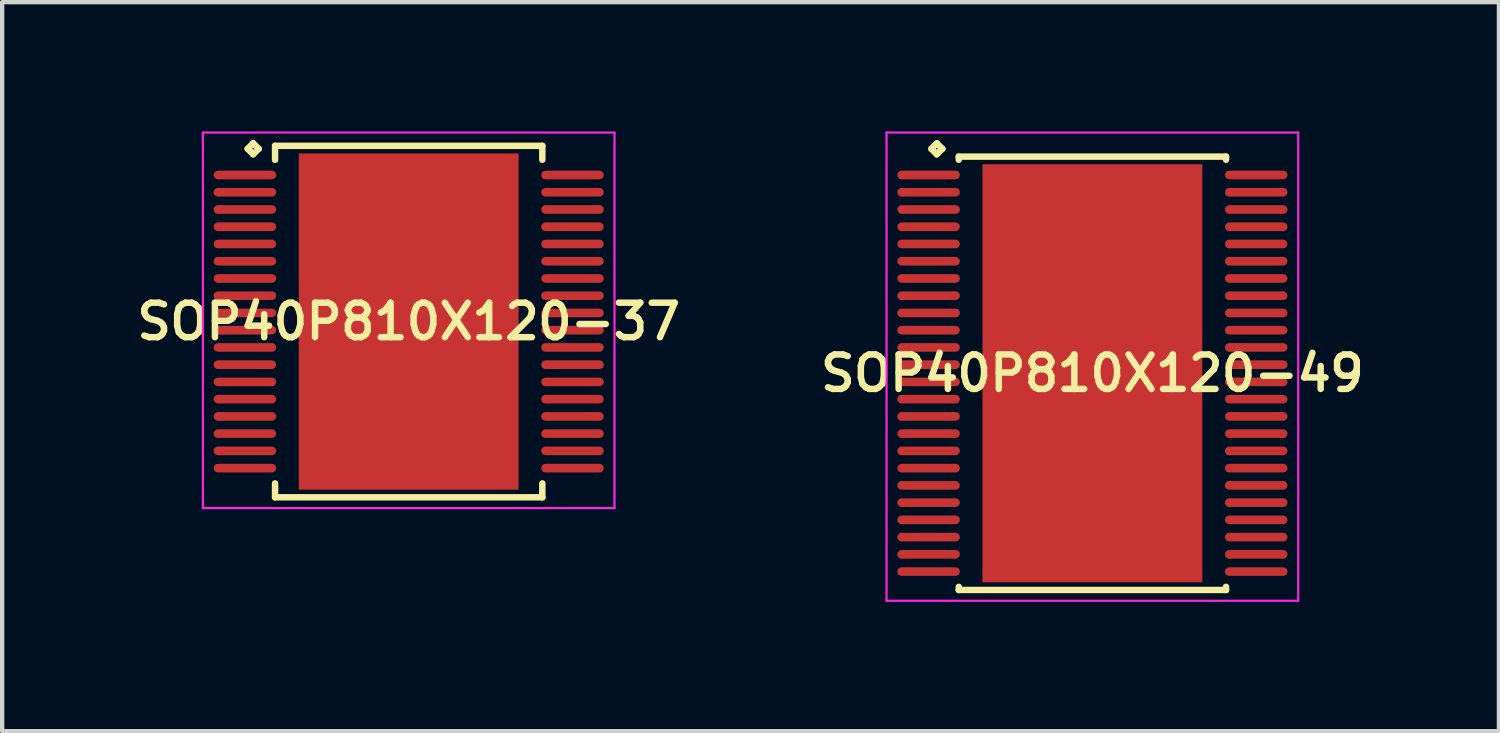
<source format=kicad_pcb>
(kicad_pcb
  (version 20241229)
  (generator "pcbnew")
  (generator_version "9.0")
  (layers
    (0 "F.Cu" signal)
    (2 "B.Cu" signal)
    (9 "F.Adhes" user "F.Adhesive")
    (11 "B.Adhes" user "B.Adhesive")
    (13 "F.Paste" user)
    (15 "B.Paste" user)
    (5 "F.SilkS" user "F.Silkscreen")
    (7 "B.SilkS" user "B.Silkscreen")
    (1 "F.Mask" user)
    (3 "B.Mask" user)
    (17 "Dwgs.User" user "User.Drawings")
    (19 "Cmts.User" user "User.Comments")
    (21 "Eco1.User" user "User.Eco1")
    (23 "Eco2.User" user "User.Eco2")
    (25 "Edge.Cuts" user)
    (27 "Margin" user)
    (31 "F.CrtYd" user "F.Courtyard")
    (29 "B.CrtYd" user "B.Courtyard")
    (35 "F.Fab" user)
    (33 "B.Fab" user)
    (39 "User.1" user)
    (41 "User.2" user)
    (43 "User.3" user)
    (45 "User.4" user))
  (footprint "SOP40P810X120-37"
    (layer "F.Cu")
    (at 6.431 4.41)
    (property "Reference" "SOP40P810X120-37" (at 0 0 0) (layer "F.SilkS") (effects (font (size 0.8 0.8) (thickness 0.15))))
    (attr smd)
    (fp_line (start -3.735 -4.008) (end -3.608 -4.135) (stroke (width 0.15) (type solid)) (layer "F.SilkS"))
    (fp_line (start -3.608 -4.135) (end -3.481 -4.008) (stroke (width 0.15) (type solid)) (layer "F.SilkS"))
    (fp_line (start -3.608 -3.881) (end -3.735 -4.008) (stroke (width 0.15) (type solid)) (layer "F.SilkS"))
    (fp_line (start -3.481 -4.008) (end -3.608 -3.881) (stroke (width 0.15) (type solid)) (layer "F.SilkS"))
    (fp_line (start -3.1 -4.077) (end 3.1 -4.077) (stroke (width 0.15) (type solid)) (layer "F.SilkS"))
    (fp_line (start -3.1 -3.754) (end -3.1 -4.077) (stroke (width 0.15) (type solid)) (layer "F.SilkS"))
    (fp_line (start -3.1 3.754) (end -3.1 4.077) (stroke (width 0.15) (type solid)) (layer "F.SilkS"))
    (fp_line (start -3.1 4.077) (end 3.1 4.077) (stroke (width 0.15) (type solid)) (layer "F.SilkS"))
    (fp_line (start 3.1 -4.077) (end 3.1 -3.754) (stroke (width 0.15) (type solid)) (layer "F.SilkS"))
    (fp_line (start 3.1 4.077) (end 3.1 3.754) (stroke (width 0.15) (type solid)) (layer "F.SilkS"))
    (fp_line (start -4.775 -4.385) (end 4.775 -4.385) (stroke (width 0.05) (type solid)) (layer "F.CrtYd"))
    (fp_line (start -4.775 4.327) (end -4.775 -4.385) (stroke (width 0.05) (type solid)) (layer "F.CrtYd"))
    (fp_line (start 4.775 -4.385) (end 4.775 4.327) (stroke (width 0.05) (type solid)) (layer "F.CrtYd"))
    (fp_line (start 4.775 4.327) (end -4.775 4.327) (stroke (width 0.05) (type solid)) (layer "F.CrtYd"))
    (pad "1" smd oval (at -3.8 -3.4) (size 1.45 0.2) (layers "F.Cu" "F.Mask" "F.Paste"))
    (pad "2" smd oval (at -3.8 -3) (size 1.45 0.2) (layers "F.Cu" "F.Mask" "F.Paste"))
    (pad "3" smd oval (at -3.8 -2.6) (size 1.45 0.2) (layers "F.Cu" "F.Mask" "F.Paste"))
    (pad "4" smd oval (at -3.8 -2.2) (size 1.45 0.2) (layers "F.Cu" "F.Mask" "F.Paste"))
    (pad "5" smd oval (at -3.8 -1.8) (size 1.45 0.2) (layers "F.Cu" "F.Mask" "F.Paste"))
    (pad "6" smd oval (at -3.8 -1.4) (size 1.45 0.2) (layers "F.Cu" "F.Mask" "F.Paste"))
    (pad "7" smd oval (at -3.8 -1) (size 1.45 0.2) (layers "F.Cu" "F.Mask" "F.Paste"))
    (pad "8" smd oval (at -3.8 -0.6) (size 1.45 0.2) (layers "F.Cu" "F.Mask" "F.Paste"))
    (pad "9" smd oval (at -3.8 -0.2) (size 1.45 0.2) (layers "F.Cu" "F.Mask" "F.Paste"))
    (pad "10" smd oval (at -3.8 0.2) (size 1.45 0.2) (layers "F.Cu" "F.Mask" "F.Paste"))
    (pad "11" smd oval (at -3.8 0.6) (size 1.45 0.2) (layers "F.Cu" "F.Mask" "F.Paste"))
    (pad "12" smd oval (at -3.8 1) (size 1.45 0.2) (layers "F.Cu" "F.Mask" "F.Paste"))
    (pad "13" smd oval (at -3.8 1.4) (size 1.45 0.2) (layers "F.Cu" "F.Mask" "F.Paste"))
    (pad "14" smd oval (at -3.8 1.8) (size 1.45 0.2) (layers "F.Cu" "F.Mask" "F.Paste"))
    (pad "15" smd oval (at -3.8 2.2) (size 1.45 0.2) (layers "F.Cu" "F.Mask" "F.Paste"))
    (pad "16" smd oval (at -3.8 2.6) (size 1.45 0.2) (layers "F.Cu" "F.Mask" "F.Paste"))
    (pad "17" smd oval (at -3.8 3) (size 1.45 0.2) (layers "F.Cu" "F.Mask" "F.Paste"))
    (pad "18" smd oval (at -3.8 3.4) (size 1.45 0.2) (layers "F.Cu" "F.Mask" "F.Paste"))
    (pad "19" smd oval (at 3.8 3.4) (size 1.45 0.2) (layers "F.Cu" "F.Mask" "F.Paste"))
    (pad "20" smd oval (at 3.8 3) (size 1.45 0.2) (layers "F.Cu" "F.Mask" "F.Paste"))
    (pad "21" smd oval (at 3.8 2.6) (size 1.45 0.2) (layers "F.Cu" "F.Mask" "F.Paste"))
    (pad "22" smd oval (at 3.8 2.2) (size 1.45 0.2) (layers "F.Cu" "F.Mask" "F.Paste"))
    (pad "23" smd oval (at 3.8 1.8) (size 1.45 0.2) (layers "F.Cu" "F.Mask" "F.Paste"))
    (pad "24" smd oval (at 3.8 1.4) (size 1.45 0.2) (layers "F.Cu" "F.Mask" "F.Paste"))
    (pad "25" smd oval (at 3.8 1) (size 1.45 0.2) (layers "F.Cu" "F.Mask" "F.Paste"))
    (pad "26" smd oval (at 3.8 0.6) (size 1.45 0.2) (layers "F.Cu" "F.Mask" "F.Paste"))
    (pad "27" smd oval (at 3.8 0.2) (size 1.45 0.2) (layers "F.Cu" "F.Mask" "F.Paste"))
    (pad "28" smd oval (at 3.8 -0.2) (size 1.45 0.2) (layers "F.Cu" "F.Mask" "F.Paste"))
    (pad "29" smd oval (at 3.8 -0.6) (size 1.45 0.2) (layers "F.Cu" "F.Mask" "F.Paste"))
    (pad "30" smd oval (at 3.8 -1) (size 1.45 0.2) (layers "F.Cu" "F.Mask" "F.Paste"))
    (pad "31" smd oval (at 3.8 -1.4) (size 1.45 0.2) (layers "F.Cu" "F.Mask" "F.Paste"))
    (pad "32" smd oval (at 3.8 -1.8) (size 1.45 0.2) (layers "F.Cu" "F.Mask" "F.Paste"))
    (pad "33" smd oval (at 3.8 -2.2) (size 1.45 0.2) (layers "F.Cu" "F.Mask" "F.Paste"))
    (pad "34" smd oval (at 3.8 -2.6) (size 1.45 0.2) (layers "F.Cu" "F.Mask" "F.Paste"))
    (pad "35" smd oval (at 3.8 -3) (size 1.45 0.2) (layers "F.Cu" "F.Mask" "F.Paste"))
    (pad "36" smd oval (at 3.8 -3.4) (size 1.45 0.2) (layers "F.Cu" "F.Mask" "F.Paste"))
    (pad "37" smd rect (at 0 0) (size 5.1 7.8) (layers "F.Cu" "F.Mask" "F.Paste")))
  (footprint "SOP40P810X120-49"
    (layer "F.Cu")
    (at 22.292 5.61)
    (property "Reference" "SOP40P810X120-49" (at 0 0 0) (layer "F.SilkS") (effects (font (size 0.8 0.8) (thickness 0.15))))
    (attr smd)
    (fp_line (start -3.735 -5.208) (end -3.608 -5.335) (stroke (width 0.15) (type solid)) (layer "F.SilkS"))
    (fp_line (start -3.608 -5.335) (end -3.481 -5.208) (stroke (width 0.15) (type solid)) (layer "F.SilkS"))
    (fp_line (start -3.608 -5.081) (end -3.735 -5.208) (stroke (width 0.15) (type solid)) (layer "F.SilkS"))
    (fp_line (start -3.481 -5.208) (end -3.608 -5.081) (stroke (width 0.15) (type solid)) (layer "F.SilkS"))
    (fp_line (start -3.1 -5.027) (end 3.1 -5.027) (stroke (width 0.15) (type solid)) (layer "F.SilkS"))
    (fp_line (start -3.1 -4.954) (end -3.1 -5.027) (stroke (width 0.15) (type solid)) (layer "F.SilkS"))
    (fp_line (start -3.1 4.954) (end -3.1 5.027) (stroke (width 0.15) (type solid)) (layer "F.SilkS"))
    (fp_line (start -3.1 5.027) (end 3.1 5.027) (stroke (width 0.15) (type solid)) (layer "F.SilkS"))
    (fp_line (start 3.1 -5.027) (end 3.1 -4.954) (stroke (width 0.15) (type solid)) (layer "F.SilkS"))
    (fp_line (start 3.1 5.027) (end 3.1 4.954) (stroke (width 0.15) (type solid)) (layer "F.SilkS"))
    (fp_line (start -4.775 -5.585) (end 4.775 -5.585) (stroke (width 0.05) (type solid)) (layer "F.CrtYd"))
    (fp_line (start -4.775 5.277) (end -4.775 -5.585) (stroke (width 0.05) (type solid)) (layer "F.CrtYd"))
    (fp_line (start 4.775 -5.585) (end 4.775 5.277) (stroke (width 0.05) (type solid)) (layer "F.CrtYd"))
    (fp_line (start 4.775 5.277) (end -4.775 5.277) (stroke (width 0.05) (type solid)) (layer "F.CrtYd"))
    (pad "1" smd oval (at -3.8 -4.6) (size 1.45 0.2) (layers "F.Cu" "F.Mask" "F.Paste"))
    (pad "2" smd oval (at -3.8 -4.2) (size 1.45 0.2) (layers "F.Cu" "F.Mask" "F.Paste"))
    (pad "3" smd oval (at -3.8 -3.8) (size 1.45 0.2) (layers "F.Cu" "F.Mask" "F.Paste"))
    (pad "4" smd oval (at -3.8 -3.4) (size 1.45 0.2) (layers "F.Cu" "F.Mask" "F.Paste"))
    (pad "5" smd oval (at -3.8 -3) (size 1.45 0.2) (layers "F.Cu" "F.Mask" "F.Paste"))
    (pad "6" smd oval (at -3.8 -2.6) (size 1.45 0.2) (layers "F.Cu" "F.Mask" "F.Paste"))
    (pad "7" smd oval (at -3.8 -2.2) (size 1.45 0.2) (layers "F.Cu" "F.Mask" "F.Paste"))
    (pad "8" smd oval (at -3.8 -1.8) (size 1.45 0.2) (layers "F.Cu" "F.Mask" "F.Paste"))
    (pad "9" smd oval (at -3.8 -1.4) (size 1.45 0.2) (layers "F.Cu" "F.Mask" "F.Paste"))
    (pad "10" smd oval (at -3.8 -1) (size 1.45 0.2) (layers "F.Cu" "F.Mask" "F.Paste"))
    (pad "11" smd oval (at -3.8 -0.6) (size 1.45 0.2) (layers "F.Cu" "F.Mask" "F.Paste"))
    (pad "12" smd oval (at -3.8 -0.2) (size 1.45 0.2) (layers "F.Cu" "F.Mask" "F.Paste"))
    (pad "13" smd oval (at -3.8 0.2) (size 1.45 0.2) (layers "F.Cu" "F.Mask" "F.Paste"))
    (pad "14" smd oval (at -3.8 0.6) (size 1.45 0.2) (layers "F.Cu" "F.Mask" "F.Paste"))
    (pad "15" smd oval (at -3.8 1) (size 1.45 0.2) (layers "F.Cu" "F.Mask" "F.Paste"))
    (pad "16" smd oval (at -3.8 1.4) (size 1.45 0.2) (layers "F.Cu" "F.Mask" "F.Paste"))
    (pad "17" smd oval (at -3.8 1.8) (size 1.45 0.2) (layers "F.Cu" "F.Mask" "F.Paste"))
    (pad "18" smd oval (at -3.8 2.2) (size 1.45 0.2) (layers "F.Cu" "F.Mask" "F.Paste"))
    (pad "19" smd oval (at -3.8 2.6) (size 1.45 0.2) (layers "F.Cu" "F.Mask" "F.Paste"))
    (pad "20" smd oval (at -3.8 3) (size 1.45 0.2) (layers "F.Cu" "F.Mask" "F.Paste"))
    (pad "21" smd oval (at -3.8 3.4) (size 1.45 0.2) (layers "F.Cu" "F.Mask" "F.Paste"))
    (pad "22" smd oval (at -3.8 3.8) (size 1.45 0.2) (layers "F.Cu" "F.Mask" "F.Paste"))
    (pad "23" smd oval (at -3.8 4.2) (size 1.45 0.2) (layers "F.Cu" "F.Mask" "F.Paste"))
    (pad "24" smd oval (at -3.8 4.6) (size 1.45 0.2) (layers "F.Cu" "F.Mask" "F.Paste"))
    (pad "25" smd oval (at 3.8 4.6) (size 1.45 0.2) (layers "F.Cu" "F.Mask" "F.Paste"))
    (pad "26" smd oval (at 3.8 4.2) (size 1.45 0.2) (layers "F.Cu" "F.Mask" "F.Paste"))
    (pad "27" smd oval (at 3.8 3.8) (size 1.45 0.2) (layers "F.Cu" "F.Mask" "F.Paste"))
    (pad "28" smd oval (at 3.8 3.4) (size 1.45 0.2) (layers "F.Cu" "F.Mask" "F.Paste"))
    (pad "29" smd oval (at 3.8 3) (size 1.45 0.2) (layers "F.Cu" "F.Mask" "F.Paste"))
    (pad "30" smd oval (at 3.8 2.6) (size 1.45 0.2) (layers "F.Cu" "F.Mask" "F.Paste"))
    (pad "31" smd oval (at 3.8 2.2) (size 1.45 0.2) (layers "F.Cu" "F.Mask" "F.Paste"))
    (pad "32" smd oval (at 3.8 1.8) (size 1.45 0.2) (layers "F.Cu" "F.Mask" "F.Paste"))
    (pad "33" smd oval (at 3.8 1.4) (size 1.45 0.2) (layers "F.Cu" "F.Mask" "F.Paste"))
    (pad "34" smd oval (at 3.8 1) (size 1.45 0.2) (layers "F.Cu" "F.Mask" "F.Paste"))
    (pad "35" smd oval (at 3.8 0.6) (size 1.45 0.2) (layers "F.Cu" "F.Mask" "F.Paste"))
    (pad "36" smd oval (at 3.8 0.2) (size 1.45 0.2) (layers "F.Cu" "F.Mask" "F.Paste"))
    (pad "37" smd oval (at 3.8 -0.2) (size 1.45 0.2) (layers "F.Cu" "F.Mask" "F.Paste"))
    (pad "38" smd oval (at 3.8 -0.6) (size 1.45 0.2) (layers "F.Cu" "F.Mask" "F.Paste"))
    (pad "39" smd oval (at 3.8 -1) (size 1.45 0.2) (layers "F.Cu" "F.Mask" "F.Paste"))
    (pad "40" smd oval (at 3.8 -1.4) (size 1.45 0.2) (layers "F.Cu" "F.Mask" "F.Paste"))
    (pad "41" smd oval (at 3.8 -1.8) (size 1.45 0.2) (layers "F.Cu" "F.Mask" "F.Paste"))
    (pad "42" smd oval (at 3.8 -2.2) (size 1.45 0.2) (layers "F.Cu" "F.Mask" "F.Paste"))
    (pad "43" smd oval (at 3.8 -2.6) (size 1.45 0.2) (layers "F.Cu" "F.Mask" "F.Paste"))
    (pad "44" smd oval (at 3.8 -3) (size 1.45 0.2) (layers "F.Cu" "F.Mask" "F.Paste"))
    (pad "45" smd oval (at 3.8 -3.4) (size 1.45 0.2) (layers "F.Cu" "F.Mask" "F.Paste"))
    (pad "46" smd oval (at 3.8 -3.8) (size 1.45 0.2) (layers "F.Cu" "F.Mask" "F.Paste"))
    (pad "47" smd oval (at 3.8 -4.2) (size 1.45 0.2) (layers "F.Cu" "F.Mask" "F.Paste"))
    (pad "48" smd oval (at 3.8 -4.6) (size 1.45 0.2) (layers "F.Cu" "F.Mask" "F.Paste"))
    (pad "49" smd rect (at 0 0) (size 5.1 9.7) (layers "F.Cu" "F.Mask" "F.Paste")))
  (gr_rect
    (start -3 -3)
    (end 31.723 13.912)
    (stroke (width 0.1) (type default))
    (fill no)
    (layer "Edge.Cuts")))
</source>
